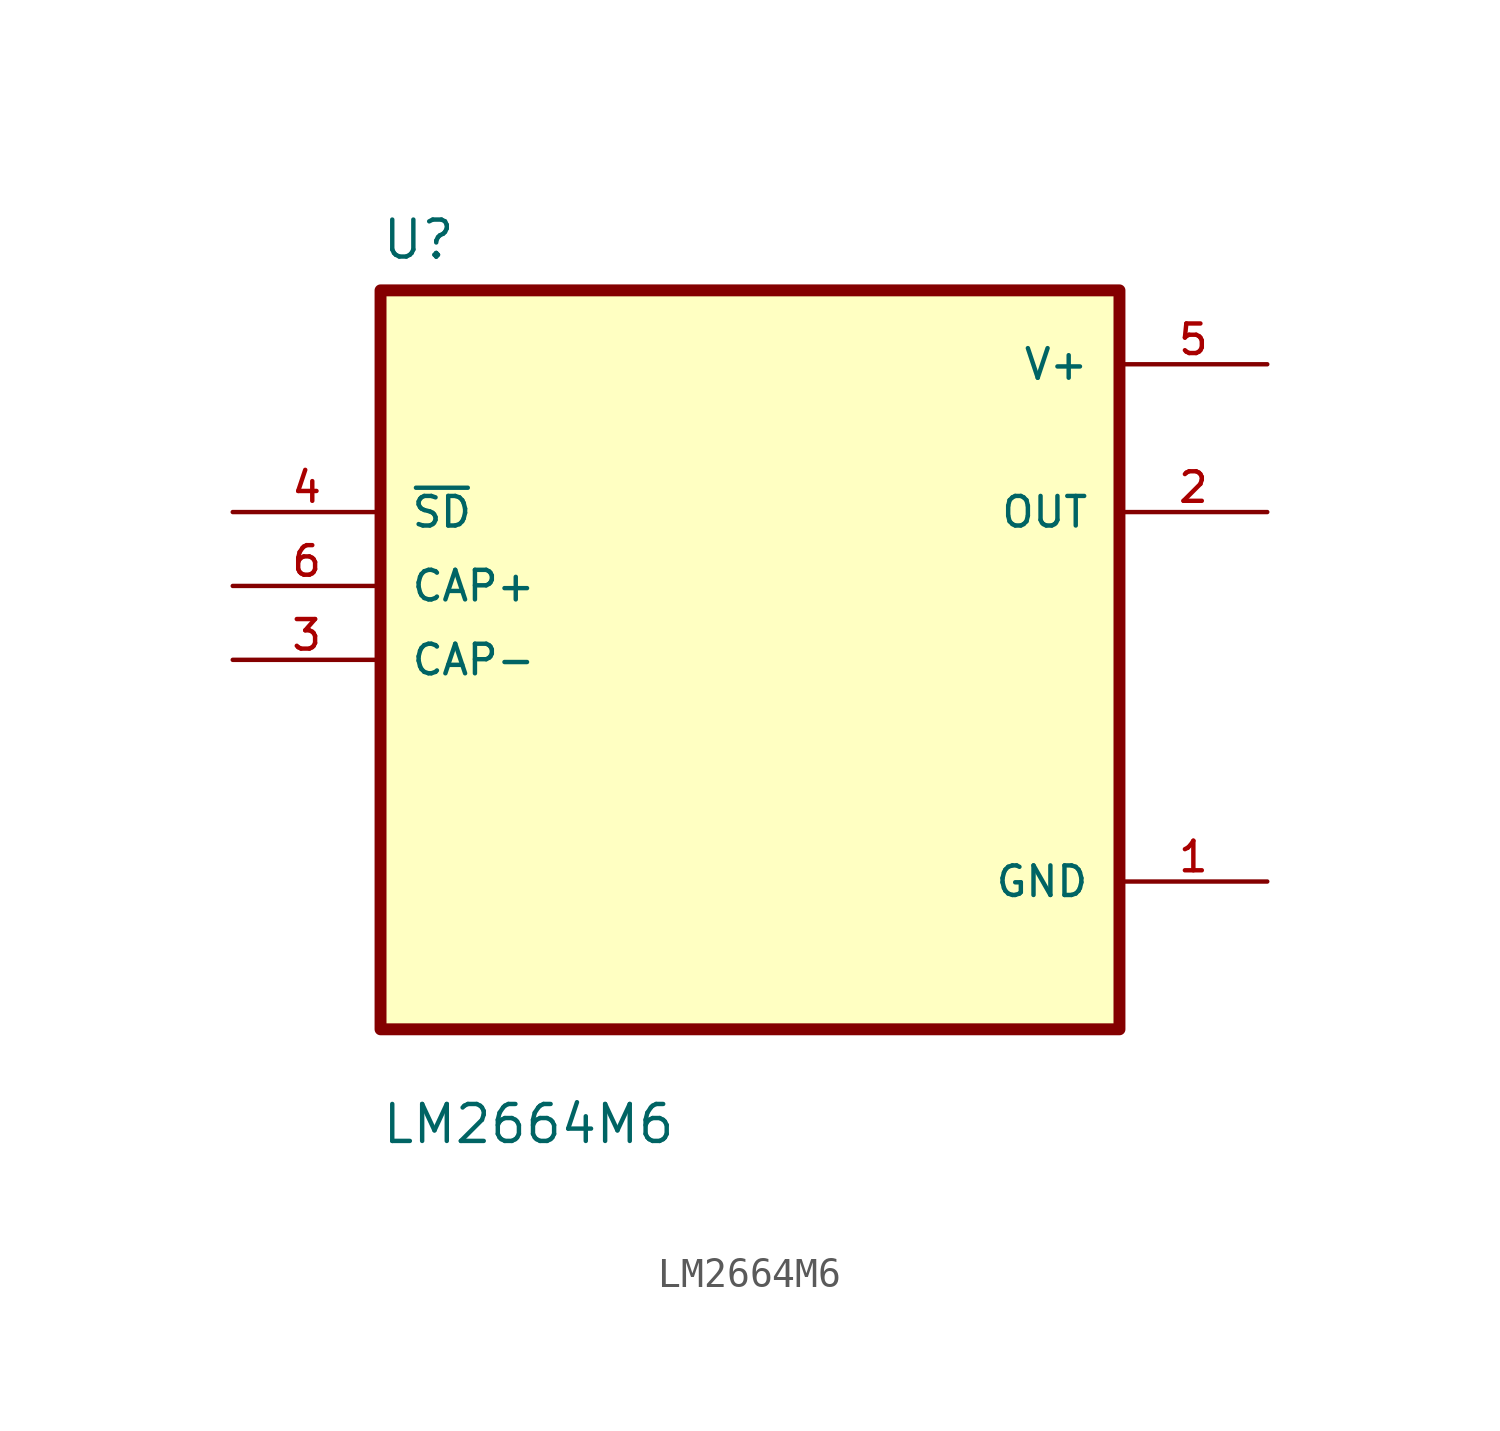
<source format=kicad_sym>
(kicad_symbol_lib
  (version 20211014)
  (generator kicad_symbol_editor)
  (symbol "LM2664M6"
    (pin_names
      (offset 1.016))
    (property "Reference" "U"
      (at -12.7 13.7 0.0)
      (effects (font (size 1.27 1.27)) (justify bottom left)))
    (property "Value" "LM2664M6"
      (at -12.7 -16.7 0.0)
      (effects (font (size 1.27 1.27)) (justify bottom left)))
    (symbol "LM2664M6_0_0"
      (rectangle (start -12.7 -12.7) (end 12.7 12.7) (stroke (width 0.41)) (fill (type background)))
      (pin input line (at -17.78 5.08 0) (length 5.08) (name "~{SD}" (effects (font (size 1.016 1.016)))) (number "4" (effects (font (size 1.016 1.016)))))
      (pin input line (at -17.78 2.54 0) (length 5.08) (name "CAP+" (effects (font (size 1.016 1.016)))) (number "6" (effects (font (size 1.016 1.016)))))
      (pin input line (at -17.78 -8.88178e-16 0) (length 5.08) (name "CAP-" (effects (font (size 1.016 1.016)))) (number "3" (effects (font (size 1.016 1.016)))))
      (pin power_in line (at 17.78 10.16 180.0) (length 5.08) (name "V+" (effects (font (size 1.016 1.016)))) (number "5" (effects (font (size 1.016 1.016)))))
      (pin output line (at 17.78 5.08 180.0) (length 5.08) (name "OUT" (effects (font (size 1.016 1.016)))) (number "2" (effects (font (size 1.016 1.016)))))
      (pin power_in line (at 17.78 -7.62 180.0) (length 5.08) (name "GND" (effects (font (size 1.016 1.016)))) (number "1" (effects (font (size 1.016 1.016))))))))
</source>
